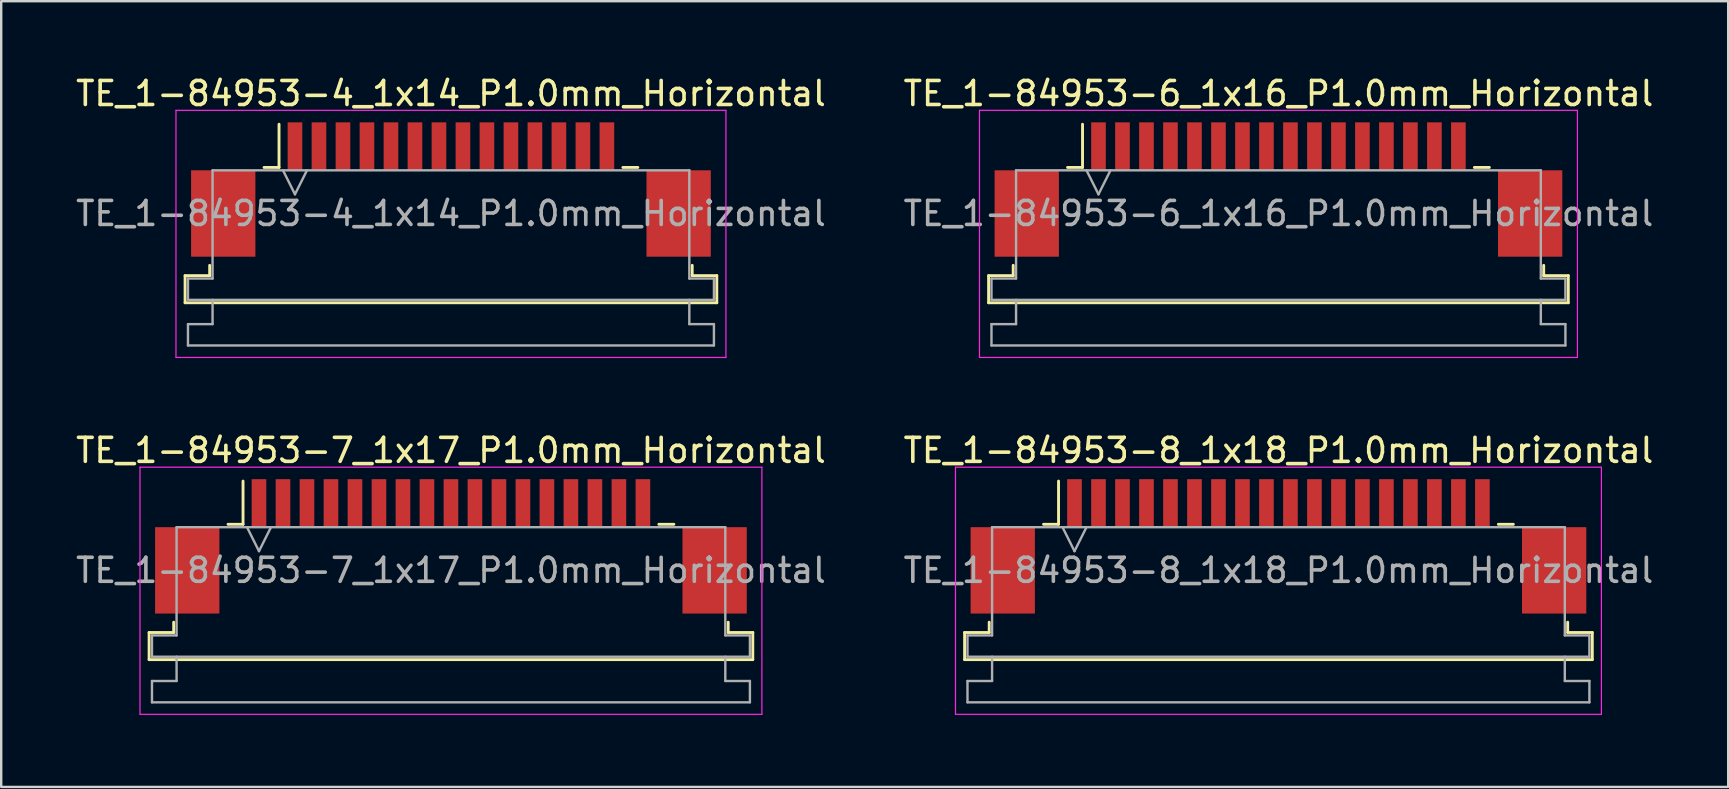
<source format=kicad_pcb>
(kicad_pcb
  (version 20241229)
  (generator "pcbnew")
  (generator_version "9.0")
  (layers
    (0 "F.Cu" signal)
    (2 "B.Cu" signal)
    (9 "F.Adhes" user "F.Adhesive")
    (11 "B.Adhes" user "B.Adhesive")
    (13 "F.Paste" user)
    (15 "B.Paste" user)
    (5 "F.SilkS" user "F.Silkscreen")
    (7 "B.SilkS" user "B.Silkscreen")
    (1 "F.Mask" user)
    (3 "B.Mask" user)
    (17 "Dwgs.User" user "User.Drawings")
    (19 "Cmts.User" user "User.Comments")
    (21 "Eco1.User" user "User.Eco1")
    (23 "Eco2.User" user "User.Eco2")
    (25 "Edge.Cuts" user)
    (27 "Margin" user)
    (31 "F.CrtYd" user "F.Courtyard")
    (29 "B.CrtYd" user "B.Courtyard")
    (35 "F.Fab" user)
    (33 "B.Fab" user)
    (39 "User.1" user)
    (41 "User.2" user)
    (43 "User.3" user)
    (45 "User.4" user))
  (footprint "TE_1-84953-4_1x14_P1.0mm_Horizontal"
    (layer "F.Cu")
    (at 15.744 4.848)
    (property "Reference" "TE_1-84953-4_1x14_P1.0mm_Horizontal" (at 0 -4 0) (layer "F.SilkS") (effects (font (size 1 1) (thickness 0.15))))
    (attr smd)
    (fp_line (start -11.08 3.59) (end -10.055 3.59) (stroke (width 0.12) (type solid)) (layer "F.SilkS"))
    (fp_line (start -11.08 4.72) (end -11.08 3.59) (stroke (width 0.12) (type solid)) (layer "F.SilkS"))
    (fp_line (start -10.055 3.59) (end -10.055 3.16) (stroke (width 0.12) (type solid)) (layer "F.SilkS"))
    (fp_line (start -7.79 -0.92) (end -7.165 -0.92) (stroke (width 0.12) (type solid)) (layer "F.SilkS"))
    (fp_line (start -7.165 -0.92) (end -7.165 -2.72) (stroke (width 0.12) (type solid)) (layer "F.SilkS"))
    (fp_line (start 7.165 -0.92) (end 7.79 -0.92) (stroke (width 0.12) (type solid)) (layer "F.SilkS"))
    (fp_line (start 10.055 3.16) (end 10.055 3.59) (stroke (width 0.12) (type solid)) (layer "F.SilkS"))
    (fp_line (start 10.055 3.59) (end 11.08 3.59) (stroke (width 0.12) (type solid)) (layer "F.SilkS"))
    (fp_line (start 11.08 3.59) (end 11.08 4.72) (stroke (width 0.12) (type solid)) (layer "F.SilkS"))
    (fp_line (start 11.08 4.72) (end -11.08 4.72) (stroke (width 0.12) (type solid)) (layer "F.SilkS"))
    (fp_line (start -11.46 -3.3) (end -11.46 7) (stroke (width 0.05) (type solid)) (layer "F.CrtYd"))
    (fp_line (start -11.46 7) (end 11.46 7) (stroke (width 0.05) (type solid)) (layer "F.CrtYd"))
    (fp_line (start 11.46 -3.3) (end -11.46 -3.3) (stroke (width 0.05) (type solid)) (layer "F.CrtYd"))
    (fp_line (start 11.46 7) (end 11.46 -3.3) (stroke (width 0.05) (type solid)) (layer "F.CrtYd"))
    (fp_line (start -10.96 3.71) (end -9.935 3.71) (stroke (width 0.1) (type solid)) (layer "F.Fab"))
    (fp_line (start -10.96 4.6) (end -10.96 3.71) (stroke (width 0.1) (type solid)) (layer "F.Fab"))
    (fp_line (start -10.96 5.61) (end -9.935 5.61) (stroke (width 0.1) (type solid)) (layer "F.Fab"))
    (fp_line (start -10.96 6.5) (end -10.96 5.61) (stroke (width 0.1) (type solid)) (layer "F.Fab"))
    (fp_line (start -9.935 -0.8) (end 9.935 -0.8) (stroke (width 0.1) (type solid)) (layer "F.Fab"))
    (fp_line (start -9.935 3.71) (end -9.935 -0.8) (stroke (width 0.1) (type solid)) (layer "F.Fab"))
    (fp_line (start -9.935 5.61) (end -9.935 4.6) (stroke (width 0.1) (type solid)) (layer "F.Fab"))
    (fp_line (start -7 -0.8) (end -6.5 0.2) (stroke (width 0.1) (type solid)) (layer "F.Fab"))
    (fp_line (start -6.5 0.2) (end -6 -0.8) (stroke (width 0.1) (type solid)) (layer "F.Fab"))
    (fp_line (start 9.935 -0.8) (end 9.935 3.71) (stroke (width 0.1) (type solid)) (layer "F.Fab"))
    (fp_line (start 9.935 3.71) (end 10.96 3.71) (stroke (width 0.1) (type solid)) (layer "F.Fab"))
    (fp_line (start 9.935 4.6) (end 9.935 5.61) (stroke (width 0.1) (type solid)) (layer "F.Fab"))
    (fp_line (start 9.935 5.61) (end 10.96 5.61) (stroke (width 0.1) (type solid)) (layer "F.Fab"))
    (fp_line (start 10.96 3.71) (end 10.96 4.6) (stroke (width 0.1) (type solid)) (layer "F.Fab"))
    (fp_line (start 10.96 4.6) (end -10.96 4.6) (stroke (width 0.1) (type solid)) (layer "F.Fab"))
    (fp_line (start 10.96 5.61) (end 10.96 6.5) (stroke (width 0.1) (type solid)) (layer "F.Fab"))
    (fp_line (start 10.96 6.5) (end -10.96 6.5) (stroke (width 0.1) (type solid)) (layer "F.Fab"))
    (fp_text user "${REFERENCE}" (at 0 1 0) (layer "F.Fab") (effects (font (size 1 1) (thickness 0.15))))
    (pad "" smd rect (at -9.49 1) (size 2.68 3.6) (layers "F.Cu" "F.Mask" "F.Paste"))
    (pad "" smd rect (at 9.49 1) (size 2.68 3.6) (layers "F.Cu" "F.Mask" "F.Paste"))
    (pad "1" smd rect (at -6.5 -1.8) (size 0.61 2) (layers "F.Cu" "F.Mask" "F.Paste"))
    (pad "2" smd rect (at -5.5 -1.8) (size 0.61 2) (layers "F.Cu" "F.Mask" "F.Paste"))
    (pad "3" smd rect (at -4.5 -1.8) (size 0.61 2) (layers "F.Cu" "F.Mask" "F.Paste"))
    (pad "4" smd rect (at -3.5 -1.8) (size 0.61 2) (layers "F.Cu" "F.Mask" "F.Paste"))
    (pad "5" smd rect (at -2.5 -1.8) (size 0.61 2) (layers "F.Cu" "F.Mask" "F.Paste"))
    (pad "6" smd rect (at -1.5 -1.8) (size 0.61 2) (layers "F.Cu" "F.Mask" "F.Paste"))
    (pad "7" smd rect (at -0.5 -1.8) (size 0.61 2) (layers "F.Cu" "F.Mask" "F.Paste"))
    (pad "8" smd rect (at 0.5 -1.8) (size 0.61 2) (layers "F.Cu" "F.Mask" "F.Paste"))
    (pad "9" smd rect (at 1.5 -1.8) (size 0.61 2) (layers "F.Cu" "F.Mask" "F.Paste"))
    (pad "10" smd rect (at 2.5 -1.8) (size 0.61 2) (layers "F.Cu" "F.Mask" "F.Paste"))
    (pad "11" smd rect (at 3.5 -1.8) (size 0.61 2) (layers "F.Cu" "F.Mask" "F.Paste"))
    (pad "12" smd rect (at 4.5 -1.8) (size 0.61 2) (layers "F.Cu" "F.Mask" "F.Paste"))
    (pad "13" smd rect (at 5.5 -1.8) (size 0.61 2) (layers "F.Cu" "F.Mask" "F.Paste"))
    (pad "14" smd rect (at 6.5 -1.8) (size 0.61 2) (layers "F.Cu" "F.Mask" "F.Paste")))
  (footprint "TE_1-84953-6_1x16_P1.0mm_Horizontal"
    (layer "F.Cu")
    (at 50.232 4.848)
    (property "Reference" "TE_1-84953-6_1x16_P1.0mm_Horizontal" (at 0 -4 0) (layer "F.SilkS") (effects (font (size 1 1) (thickness 0.15))))
    (attr smd)
    (fp_line (start -12.08 3.59) (end -11.055 3.59) (stroke (width 0.12) (type solid)) (layer "F.SilkS"))
    (fp_line (start -12.08 4.72) (end -12.08 3.59) (stroke (width 0.12) (type solid)) (layer "F.SilkS"))
    (fp_line (start -11.055 3.59) (end -11.055 3.16) (stroke (width 0.12) (type solid)) (layer "F.SilkS"))
    (fp_line (start -8.79 -0.92) (end -8.165 -0.92) (stroke (width 0.12) (type solid)) (layer "F.SilkS"))
    (fp_line (start -8.165 -0.92) (end -8.165 -2.72) (stroke (width 0.12) (type solid)) (layer "F.SilkS"))
    (fp_line (start 8.165 -0.92) (end 8.79 -0.92) (stroke (width 0.12) (type solid)) (layer "F.SilkS"))
    (fp_line (start 11.055 3.16) (end 11.055 3.59) (stroke (width 0.12) (type solid)) (layer "F.SilkS"))
    (fp_line (start 11.055 3.59) (end 12.08 3.59) (stroke (width 0.12) (type solid)) (layer "F.SilkS"))
    (fp_line (start 12.08 3.59) (end 12.08 4.72) (stroke (width 0.12) (type solid)) (layer "F.SilkS"))
    (fp_line (start 12.08 4.72) (end -12.08 4.72) (stroke (width 0.12) (type solid)) (layer "F.SilkS"))
    (fp_line (start -12.46 -3.3) (end -12.46 7) (stroke (width 0.05) (type solid)) (layer "F.CrtYd"))
    (fp_line (start -12.46 7) (end 12.46 7) (stroke (width 0.05) (type solid)) (layer "F.CrtYd"))
    (fp_line (start 12.46 -3.3) (end -12.46 -3.3) (stroke (width 0.05) (type solid)) (layer "F.CrtYd"))
    (fp_line (start 12.46 7) (end 12.46 -3.3) (stroke (width 0.05) (type solid)) (layer "F.CrtYd"))
    (fp_line (start -11.96 3.71) (end -10.935 3.71) (stroke (width 0.1) (type solid)) (layer "F.Fab"))
    (fp_line (start -11.96 4.6) (end -11.96 3.71) (stroke (width 0.1) (type solid)) (layer "F.Fab"))
    (fp_line (start -11.96 5.61) (end -10.935 5.61) (stroke (width 0.1) (type solid)) (layer "F.Fab"))
    (fp_line (start -11.96 6.5) (end -11.96 5.61) (stroke (width 0.1) (type solid)) (layer "F.Fab"))
    (fp_line (start -10.935 -0.8) (end 10.935 -0.8) (stroke (width 0.1) (type solid)) (layer "F.Fab"))
    (fp_line (start -10.935 3.71) (end -10.935 -0.8) (stroke (width 0.1) (type solid)) (layer "F.Fab"))
    (fp_line (start -10.935 5.61) (end -10.935 4.6) (stroke (width 0.1) (type solid)) (layer "F.Fab"))
    (fp_line (start -8 -0.8) (end -7.5 0.2) (stroke (width 0.1) (type solid)) (layer "F.Fab"))
    (fp_line (start -7.5 0.2) (end -7 -0.8) (stroke (width 0.1) (type solid)) (layer "F.Fab"))
    (fp_line (start 10.935 -0.8) (end 10.935 3.71) (stroke (width 0.1) (type solid)) (layer "F.Fab"))
    (fp_line (start 10.935 3.71) (end 11.96 3.71) (stroke (width 0.1) (type solid)) (layer "F.Fab"))
    (fp_line (start 10.935 4.6) (end 10.935 5.61) (stroke (width 0.1) (type solid)) (layer "F.Fab"))
    (fp_line (start 10.935 5.61) (end 11.96 5.61) (stroke (width 0.1) (type solid)) (layer "F.Fab"))
    (fp_line (start 11.96 3.71) (end 11.96 4.6) (stroke (width 0.1) (type solid)) (layer "F.Fab"))
    (fp_line (start 11.96 4.6) (end -11.96 4.6) (stroke (width 0.1) (type solid)) (layer "F.Fab"))
    (fp_line (start 11.96 5.61) (end 11.96 6.5) (stroke (width 0.1) (type solid)) (layer "F.Fab"))
    (fp_line (start 11.96 6.5) (end -11.96 6.5) (stroke (width 0.1) (type solid)) (layer "F.Fab"))
    (fp_text user "${REFERENCE}" (at 0 1 0) (layer "F.Fab") (effects (font (size 1 1) (thickness 0.15))))
    (pad "" smd rect (at -10.49 1) (size 2.68 3.6) (layers "F.Cu" "F.Mask" "F.Paste"))
    (pad "" smd rect (at 10.49 1) (size 2.68 3.6) (layers "F.Cu" "F.Mask" "F.Paste"))
    (pad "1" smd rect (at -7.5 -1.8) (size 0.61 2) (layers "F.Cu" "F.Mask" "F.Paste"))
    (pad "2" smd rect (at -6.5 -1.8) (size 0.61 2) (layers "F.Cu" "F.Mask" "F.Paste"))
    (pad "3" smd rect (at -5.5 -1.8) (size 0.61 2) (layers "F.Cu" "F.Mask" "F.Paste"))
    (pad "4" smd rect (at -4.5 -1.8) (size 0.61 2) (layers "F.Cu" "F.Mask" "F.Paste"))
    (pad "5" smd rect (at -3.5 -1.8) (size 0.61 2) (layers "F.Cu" "F.Mask" "F.Paste"))
    (pad "6" smd rect (at -2.5 -1.8) (size 0.61 2) (layers "F.Cu" "F.Mask" "F.Paste"))
    (pad "7" smd rect (at -1.5 -1.8) (size 0.61 2) (layers "F.Cu" "F.Mask" "F.Paste"))
    (pad "8" smd rect (at -0.5 -1.8) (size 0.61 2) (layers "F.Cu" "F.Mask" "F.Paste"))
    (pad "9" smd rect (at 0.5 -1.8) (size 0.61 2) (layers "F.Cu" "F.Mask" "F.Paste"))
    (pad "10" smd rect (at 1.5 -1.8) (size 0.61 2) (layers "F.Cu" "F.Mask" "F.Paste"))
    (pad "11" smd rect (at 2.5 -1.8) (size 0.61 2) (layers "F.Cu" "F.Mask" "F.Paste"))
    (pad "12" smd rect (at 3.5 -1.8) (size 0.61 2) (layers "F.Cu" "F.Mask" "F.Paste"))
    (pad "13" smd rect (at 4.5 -1.8) (size 0.61 2) (layers "F.Cu" "F.Mask" "F.Paste"))
    (pad "14" smd rect (at 5.5 -1.8) (size 0.61 2) (layers "F.Cu" "F.Mask" "F.Paste"))
    (pad "15" smd rect (at 6.5 -1.8) (size 0.61 2) (layers "F.Cu" "F.Mask" "F.Paste"))
    (pad "16" smd rect (at 7.5 -1.8) (size 0.61 2) (layers "F.Cu" "F.Mask" "F.Paste")))
  (footprint "TE_1-84953-7_1x17_P1.0mm_Horizontal"
    (layer "F.Cu")
    (at 15.744 19.721)
    (property "Reference" "TE_1-84953-7_1x17_P1.0mm_Horizontal" (at 0 -4 0) (layer "F.SilkS") (effects (font (size 1 1) (thickness 0.15))))
    (attr smd)
    (fp_line (start -12.58 3.59) (end -11.555 3.59) (stroke (width 0.12) (type solid)) (layer "F.SilkS"))
    (fp_line (start -12.58 4.72) (end -12.58 3.59) (stroke (width 0.12) (type solid)) (layer "F.SilkS"))
    (fp_line (start -11.555 3.59) (end -11.555 3.16) (stroke (width 0.12) (type solid)) (layer "F.SilkS"))
    (fp_line (start -9.29 -0.92) (end -8.665 -0.92) (stroke (width 0.12) (type solid)) (layer "F.SilkS"))
    (fp_line (start -8.665 -0.92) (end -8.665 -2.72) (stroke (width 0.12) (type solid)) (layer "F.SilkS"))
    (fp_line (start 8.665 -0.92) (end 9.29 -0.92) (stroke (width 0.12) (type solid)) (layer "F.SilkS"))
    (fp_line (start 11.555 3.16) (end 11.555 3.59) (stroke (width 0.12) (type solid)) (layer "F.SilkS"))
    (fp_line (start 11.555 3.59) (end 12.58 3.59) (stroke (width 0.12) (type solid)) (layer "F.SilkS"))
    (fp_line (start 12.58 3.59) (end 12.58 4.72) (stroke (width 0.12) (type solid)) (layer "F.SilkS"))
    (fp_line (start 12.58 4.72) (end -12.58 4.72) (stroke (width 0.12) (type solid)) (layer "F.SilkS"))
    (fp_line (start -12.96 -3.3) (end -12.96 7) (stroke (width 0.05) (type solid)) (layer "F.CrtYd"))
    (fp_line (start -12.96 7) (end 12.96 7) (stroke (width 0.05) (type solid)) (layer "F.CrtYd"))
    (fp_line (start 12.96 -3.3) (end -12.96 -3.3) (stroke (width 0.05) (type solid)) (layer "F.CrtYd"))
    (fp_line (start 12.96 7) (end 12.96 -3.3) (stroke (width 0.05) (type solid)) (layer "F.CrtYd"))
    (fp_line (start -12.46 3.71) (end -11.435 3.71) (stroke (width 0.1) (type solid)) (layer "F.Fab"))
    (fp_line (start -12.46 4.6) (end -12.46 3.71) (stroke (width 0.1) (type solid)) (layer "F.Fab"))
    (fp_line (start -12.46 5.61) (end -11.435 5.61) (stroke (width 0.1) (type solid)) (layer "F.Fab"))
    (fp_line (start -12.46 6.5) (end -12.46 5.61) (stroke (width 0.1) (type solid)) (layer "F.Fab"))
    (fp_line (start -11.435 -0.8) (end 11.435 -0.8) (stroke (width 0.1) (type solid)) (layer "F.Fab"))
    (fp_line (start -11.435 3.71) (end -11.435 -0.8) (stroke (width 0.1) (type solid)) (layer "F.Fab"))
    (fp_line (start -11.435 5.61) (end -11.435 4.6) (stroke (width 0.1) (type solid)) (layer "F.Fab"))
    (fp_line (start -8.5 -0.8) (end -8 0.2) (stroke (width 0.1) (type solid)) (layer "F.Fab"))
    (fp_line (start -8 0.2) (end -7.5 -0.8) (stroke (width 0.1) (type solid)) (layer "F.Fab"))
    (fp_line (start 11.435 -0.8) (end 11.435 3.71) (stroke (width 0.1) (type solid)) (layer "F.Fab"))
    (fp_line (start 11.435 3.71) (end 12.46 3.71) (stroke (width 0.1) (type solid)) (layer "F.Fab"))
    (fp_line (start 11.435 4.6) (end 11.435 5.61) (stroke (width 0.1) (type solid)) (layer "F.Fab"))
    (fp_line (start 11.435 5.61) (end 12.46 5.61) (stroke (width 0.1) (type solid)) (layer "F.Fab"))
    (fp_line (start 12.46 3.71) (end 12.46 4.6) (stroke (width 0.1) (type solid)) (layer "F.Fab"))
    (fp_line (start 12.46 4.6) (end -12.46 4.6) (stroke (width 0.1) (type solid)) (layer "F.Fab"))
    (fp_line (start 12.46 5.61) (end 12.46 6.5) (stroke (width 0.1) (type solid)) (layer "F.Fab"))
    (fp_line (start 12.46 6.5) (end -12.46 6.5) (stroke (width 0.1) (type solid)) (layer "F.Fab"))
    (fp_text user "${REFERENCE}" (at 0 1 0) (layer "F.Fab") (effects (font (size 1 1) (thickness 0.15))))
    (pad "" smd rect (at -10.99 1) (size 2.68 3.6) (layers "F.Cu" "F.Mask" "F.Paste"))
    (pad "" smd rect (at 10.99 1) (size 2.68 3.6) (layers "F.Cu" "F.Mask" "F.Paste"))
    (pad "1" smd rect (at -8 -1.8) (size 0.61 2) (layers "F.Cu" "F.Mask" "F.Paste"))
    (pad "2" smd rect (at -7 -1.8) (size 0.61 2) (layers "F.Cu" "F.Mask" "F.Paste"))
    (pad "3" smd rect (at -6 -1.8) (size 0.61 2) (layers "F.Cu" "F.Mask" "F.Paste"))
    (pad "4" smd rect (at -5 -1.8) (size 0.61 2) (layers "F.Cu" "F.Mask" "F.Paste"))
    (pad "5" smd rect (at -4 -1.8) (size 0.61 2) (layers "F.Cu" "F.Mask" "F.Paste"))
    (pad "6" smd rect (at -3 -1.8) (size 0.61 2) (layers "F.Cu" "F.Mask" "F.Paste"))
    (pad "7" smd rect (at -2 -1.8) (size 0.61 2) (layers "F.Cu" "F.Mask" "F.Paste"))
    (pad "8" smd rect (at -1 -1.8) (size 0.61 2) (layers "F.Cu" "F.Mask" "F.Paste"))
    (pad "9" smd rect (at 0 -1.8) (size 0.61 2) (layers "F.Cu" "F.Mask" "F.Paste"))
    (pad "10" smd rect (at 1 -1.8) (size 0.61 2) (layers "F.Cu" "F.Mask" "F.Paste"))
    (pad "11" smd rect (at 2 -1.8) (size 0.61 2) (layers "F.Cu" "F.Mask" "F.Paste"))
    (pad "12" smd rect (at 3 -1.8) (size 0.61 2) (layers "F.Cu" "F.Mask" "F.Paste"))
    (pad "13" smd rect (at 4 -1.8) (size 0.61 2) (layers "F.Cu" "F.Mask" "F.Paste"))
    (pad "14" smd rect (at 5 -1.8) (size 0.61 2) (layers "F.Cu" "F.Mask" "F.Paste"))
    (pad "15" smd rect (at 6 -1.8) (size 0.61 2) (layers "F.Cu" "F.Mask" "F.Paste"))
    (pad "16" smd rect (at 7 -1.8) (size 0.61 2) (layers "F.Cu" "F.Mask" "F.Paste"))
    (pad "17" smd rect (at 8 -1.8) (size 0.61 2) (layers "F.Cu" "F.Mask" "F.Paste")))
  (footprint "TE_1-84953-8_1x18_P1.0mm_Horizontal"
    (layer "F.Cu")
    (at 50.232 19.721)
    (property "Reference" "TE_1-84953-8_1x18_P1.0mm_Horizontal" (at 0 -4 0) (layer "F.SilkS") (effects (font (size 1 1) (thickness 0.15))))
    (attr smd)
    (fp_line (start -13.08 3.59) (end -12.055 3.59) (stroke (width 0.12) (type solid)) (layer "F.SilkS"))
    (fp_line (start -13.08 4.72) (end -13.08 3.59) (stroke (width 0.12) (type solid)) (layer "F.SilkS"))
    (fp_line (start -12.055 3.59) (end -12.055 3.16) (stroke (width 0.12) (type solid)) (layer "F.SilkS"))
    (fp_line (start -9.79 -0.92) (end -9.165 -0.92) (stroke (width 0.12) (type solid)) (layer "F.SilkS"))
    (fp_line (start -9.165 -0.92) (end -9.165 -2.72) (stroke (width 0.12) (type solid)) (layer "F.SilkS"))
    (fp_line (start 9.165 -0.92) (end 9.79 -0.92) (stroke (width 0.12) (type solid)) (layer "F.SilkS"))
    (fp_line (start 12.055 3.16) (end 12.055 3.59) (stroke (width 0.12) (type solid)) (layer "F.SilkS"))
    (fp_line (start 12.055 3.59) (end 13.08 3.59) (stroke (width 0.12) (type solid)) (layer "F.SilkS"))
    (fp_line (start 13.08 3.59) (end 13.08 4.72) (stroke (width 0.12) (type solid)) (layer "F.SilkS"))
    (fp_line (start 13.08 4.72) (end -13.08 4.72) (stroke (width 0.12) (type solid)) (layer "F.SilkS"))
    (fp_line (start -13.46 -3.3) (end -13.46 7) (stroke (width 0.05) (type solid)) (layer "F.CrtYd"))
    (fp_line (start -13.46 7) (end 13.46 7) (stroke (width 0.05) (type solid)) (layer "F.CrtYd"))
    (fp_line (start 13.46 -3.3) (end -13.46 -3.3) (stroke (width 0.05) (type solid)) (layer "F.CrtYd"))
    (fp_line (start 13.46 7) (end 13.46 -3.3) (stroke (width 0.05) (type solid)) (layer "F.CrtYd"))
    (fp_line (start -12.96 3.71) (end -11.935 3.71) (stroke (width 0.1) (type solid)) (layer "F.Fab"))
    (fp_line (start -12.96 4.6) (end -12.96 3.71) (stroke (width 0.1) (type solid)) (layer "F.Fab"))
    (fp_line (start -12.96 5.61) (end -11.935 5.61) (stroke (width 0.1) (type solid)) (layer "F.Fab"))
    (fp_line (start -12.96 6.5) (end -12.96 5.61) (stroke (width 0.1) (type solid)) (layer "F.Fab"))
    (fp_line (start -11.935 -0.8) (end 11.935 -0.8) (stroke (width 0.1) (type solid)) (layer "F.Fab"))
    (fp_line (start -11.935 3.71) (end -11.935 -0.8) (stroke (width 0.1) (type solid)) (layer "F.Fab"))
    (fp_line (start -11.935 5.61) (end -11.935 4.6) (stroke (width 0.1) (type solid)) (layer "F.Fab"))
    (fp_line (start -9 -0.8) (end -8.5 0.2) (stroke (width 0.1) (type solid)) (layer "F.Fab"))
    (fp_line (start -8.5 0.2) (end -8 -0.8) (stroke (width 0.1) (type solid)) (layer "F.Fab"))
    (fp_line (start 11.935 -0.8) (end 11.935 3.71) (stroke (width 0.1) (type solid)) (layer "F.Fab"))
    (fp_line (start 11.935 3.71) (end 12.96 3.71) (stroke (width 0.1) (type solid)) (layer "F.Fab"))
    (fp_line (start 11.935 4.6) (end 11.935 5.61) (stroke (width 0.1) (type solid)) (layer "F.Fab"))
    (fp_line (start 11.935 5.61) (end 12.96 5.61) (stroke (width 0.1) (type solid)) (layer "F.Fab"))
    (fp_line (start 12.96 3.71) (end 12.96 4.6) (stroke (width 0.1) (type solid)) (layer "F.Fab"))
    (fp_line (start 12.96 4.6) (end -12.96 4.6) (stroke (width 0.1) (type solid)) (layer "F.Fab"))
    (fp_line (start 12.96 5.61) (end 12.96 6.5) (stroke (width 0.1) (type solid)) (layer "F.Fab"))
    (fp_line (start 12.96 6.5) (end -12.96 6.5) (stroke (width 0.1) (type solid)) (layer "F.Fab"))
    (fp_text user "${REFERENCE}" (at 0 1 0) (layer "F.Fab") (effects (font (size 1 1) (thickness 0.15))))
    (pad "" smd rect (at -11.49 1) (size 2.68 3.6) (layers "F.Cu" "F.Mask" "F.Paste"))
    (pad "" smd rect (at 11.49 1) (size 2.68 3.6) (layers "F.Cu" "F.Mask" "F.Paste"))
    (pad "1" smd rect (at -8.5 -1.8) (size 0.61 2) (layers "F.Cu" "F.Mask" "F.Paste"))
    (pad "2" smd rect (at -7.5 -1.8) (size 0.61 2) (layers "F.Cu" "F.Mask" "F.Paste"))
    (pad "3" smd rect (at -6.5 -1.8) (size 0.61 2) (layers "F.Cu" "F.Mask" "F.Paste"))
    (pad "4" smd rect (at -5.5 -1.8) (size 0.61 2) (layers "F.Cu" "F.Mask" "F.Paste"))
    (pad "5" smd rect (at -4.5 -1.8) (size 0.61 2) (layers "F.Cu" "F.Mask" "F.Paste"))
    (pad "6" smd rect (at -3.5 -1.8) (size 0.61 2) (layers "F.Cu" "F.Mask" "F.Paste"))
    (pad "7" smd rect (at -2.5 -1.8) (size 0.61 2) (layers "F.Cu" "F.Mask" "F.Paste"))
    (pad "8" smd rect (at -1.5 -1.8) (size 0.61 2) (layers "F.Cu" "F.Mask" "F.Paste"))
    (pad "9" smd rect (at -0.5 -1.8) (size 0.61 2) (layers "F.Cu" "F.Mask" "F.Paste"))
    (pad "10" smd rect (at 0.5 -1.8) (size 0.61 2) (layers "F.Cu" "F.Mask" "F.Paste"))
    (pad "11" smd rect (at 1.5 -1.8) (size 0.61 2) (layers "F.Cu" "F.Mask" "F.Paste"))
    (pad "12" smd rect (at 2.5 -1.8) (size 0.61 2) (layers "F.Cu" "F.Mask" "F.Paste"))
    (pad "13" smd rect (at 3.5 -1.8) (size 0.61 2) (layers "F.Cu" "F.Mask" "F.Paste"))
    (pad "14" smd rect (at 4.5 -1.8) (size 0.61 2) (layers "F.Cu" "F.Mask" "F.Paste"))
    (pad "15" smd rect (at 5.5 -1.8) (size 0.61 2) (layers "F.Cu" "F.Mask" "F.Paste"))
    (pad "16" smd rect (at 6.5 -1.8) (size 0.61 2) (layers "F.Cu" "F.Mask" "F.Paste"))
    (pad "17" smd rect (at 7.5 -1.8) (size 0.61 2) (layers "F.Cu" "F.Mask" "F.Paste"))
    (pad "18" smd rect (at 8.5 -1.8) (size 0.61 2) (layers "F.Cu" "F.Mask" "F.Paste")))
  (gr_rect
    (start -3 -3)
    (end 68.976 29.747)
    (stroke (width 0.1) (type default))
    (fill no)
    (layer "Edge.Cuts")))
</source>
